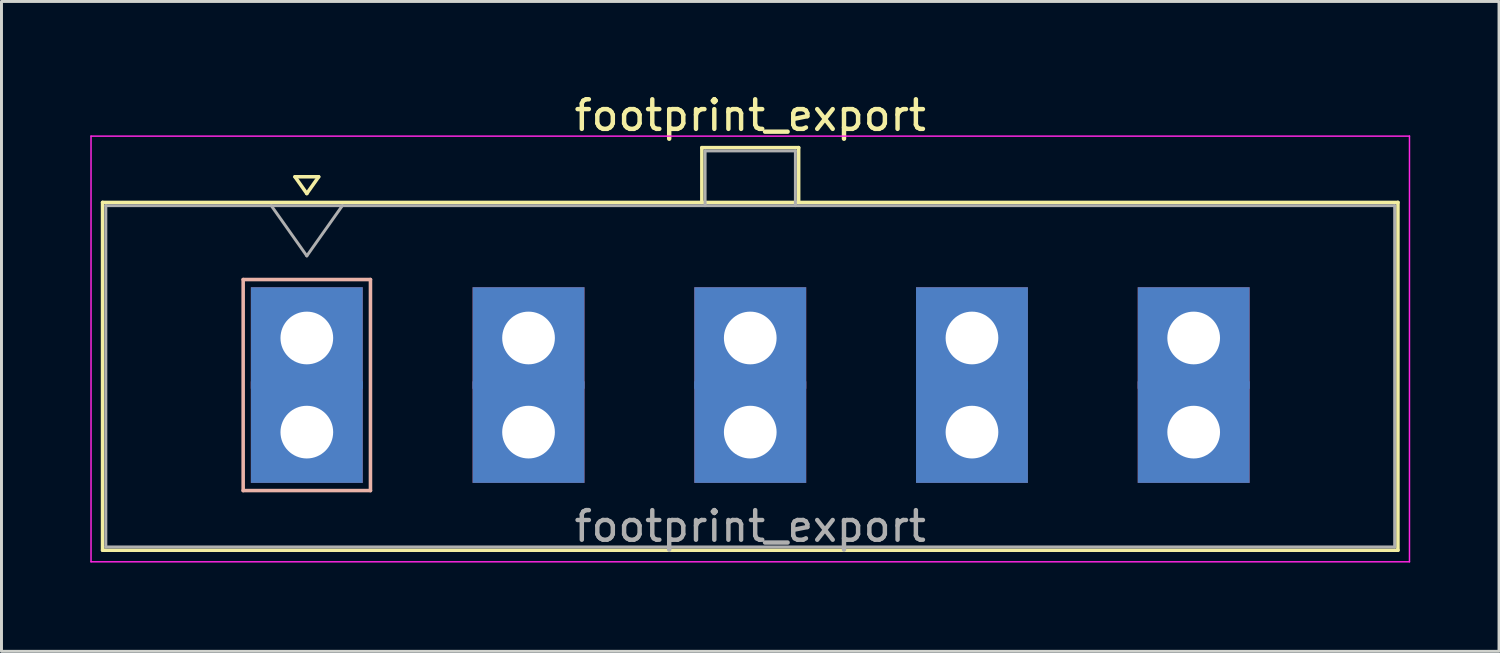
<source format=kicad_pcb>
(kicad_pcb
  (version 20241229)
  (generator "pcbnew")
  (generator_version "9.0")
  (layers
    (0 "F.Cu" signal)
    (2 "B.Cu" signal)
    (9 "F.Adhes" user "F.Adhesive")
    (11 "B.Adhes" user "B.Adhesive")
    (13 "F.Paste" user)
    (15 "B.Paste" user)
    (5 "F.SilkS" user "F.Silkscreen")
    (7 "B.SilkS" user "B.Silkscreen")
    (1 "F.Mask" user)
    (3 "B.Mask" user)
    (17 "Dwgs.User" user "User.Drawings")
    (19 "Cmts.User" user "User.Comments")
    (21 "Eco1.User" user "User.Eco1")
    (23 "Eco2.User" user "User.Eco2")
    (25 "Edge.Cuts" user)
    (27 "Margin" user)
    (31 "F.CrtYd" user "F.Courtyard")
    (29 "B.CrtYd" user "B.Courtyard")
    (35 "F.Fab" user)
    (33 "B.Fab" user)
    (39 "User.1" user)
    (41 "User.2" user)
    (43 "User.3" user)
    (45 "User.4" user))
  (footprint "footprint_export"
    (layer "F.Cu")
    (at 7.315 11.548)
    (property "Reference" "footprint_export" (at 14.98 -10.7 0) (layer "F.SilkS") (effects (font (size 1 1) (thickness 0.15))))
    (attr through_hole)
    (fp_line (start -6.9 -7.76) (end -6.9 3.99) (stroke (width 0.12) (type solid)) (layer "F.SilkS"))
    (fp_line (start -6.9 3.99) (end 36.86 3.99) (stroke (width 0.12) (type solid)) (layer "F.SilkS"))
    (fp_line (start -0.4 -8.626) (end 0 -8.06) (stroke (width 0.12) (type solid)) (layer "F.SilkS"))
    (fp_line (start 0 -8.06) (end 0.4 -8.626) (stroke (width 0.12) (type solid)) (layer "F.SilkS"))
    (fp_line (start 0.4 -8.626) (end -0.4 -8.626) (stroke (width 0.12) (type solid)) (layer "F.SilkS"))
    (fp_line (start 13.345 -9.61) (end 16.615 -9.61) (stroke (width 0.12) (type solid)) (layer "F.SilkS"))
    (fp_line (start 13.345 -7.76) (end 13.345 -9.61) (stroke (width 0.12) (type solid)) (layer "F.SilkS"))
    (fp_line (start 16.615 -9.61) (end 16.615 -7.76) (stroke (width 0.12) (type solid)) (layer "F.SilkS"))
    (fp_line (start 36.86 -7.76) (end -6.9 -7.76) (stroke (width 0.12) (type solid)) (layer "F.SilkS"))
    (fp_line (start 36.86 3.99) (end 36.86 -7.76) (stroke (width 0.12) (type solid)) (layer "F.SilkS"))
    (fp_line (start -2.15 -5.155) (end -2.15 1.975) (stroke (width 0.12) (type solid)) (layer "B.SilkS"))
    (fp_line (start -2.15 1.975) (end 2.15 1.975) (stroke (width 0.12) (type solid)) (layer "B.SilkS"))
    (fp_line (start 2.15 -5.155) (end -2.15 -5.155) (stroke (width 0.12) (type solid)) (layer "B.SilkS"))
    (fp_line (start 2.15 1.975) (end 2.15 -5.155) (stroke (width 0.12) (type solid)) (layer "B.SilkS"))
    (fp_line (start -7.29 -10) (end -7.29 4.38) (stroke (width 0.05) (type solid)) (layer "F.CrtYd"))
    (fp_line (start -7.29 4.38) (end 37.25 4.38) (stroke (width 0.05) (type solid)) (layer "F.CrtYd"))
    (fp_line (start 37.25 -10) (end -7.29 -10) (stroke (width 0.05) (type solid)) (layer "F.CrtYd"))
    (fp_line (start 37.25 4.38) (end 37.25 -10) (stroke (width 0.05) (type solid)) (layer "F.CrtYd"))
    (fp_line (start -6.79 -7.65) (end -6.79 3.88) (stroke (width 0.1) (type solid)) (layer "F.Fab"))
    (fp_line (start -6.79 3.88) (end 36.75 3.88) (stroke (width 0.1) (type solid)) (layer "F.Fab"))
    (fp_line (start -1.2 -7.65) (end 0 -5.953) (stroke (width 0.1) (type solid)) (layer "F.Fab"))
    (fp_line (start 0 -5.953) (end 1.2 -7.65) (stroke (width 0.1) (type solid)) (layer "F.Fab"))
    (fp_line (start 13.455 -9.5) (end 16.505 -9.5) (stroke (width 0.1) (type solid)) (layer "F.Fab"))
    (fp_line (start 13.455 -7.65) (end 13.455 -9.5) (stroke (width 0.1) (type solid)) (layer "F.Fab"))
    (fp_line (start 16.505 -9.5) (end 16.505 -7.65) (stroke (width 0.1) (type solid)) (layer "F.Fab"))
    (fp_line (start 36.75 -7.65) (end -6.79 -7.65) (stroke (width 0.1) (type solid)) (layer "F.Fab"))
    (fp_line (start 36.75 3.88) (end 36.75 -7.65) (stroke (width 0.1) (type solid)) (layer "F.Fab"))
    (fp_text user "${REFERENCE}" (at 14.98 3.18 0) (layer "F.Fab") (effects (font (size 1 1) (thickness 0.15))))
    (pad "1" thru_hole rect (at 0 -3.18) (size 3.78 3.43) (drill 1.78) (layers "*.Cu" "*.Mask"))
    (pad "1" thru_hole rect (at 0 0) (size 3.78 3.43) (drill 1.78) (layers "*.Cu" "*.Mask"))
    (pad "2" thru_hole rect (at 7.49 -3.18) (size 3.78 3.43) (drill 1.78) (layers "*.Cu" "*.Mask"))
    (pad "2" thru_hole rect (at 7.49 0) (size 3.78 3.43) (drill 1.78) (layers "*.Cu" "*.Mask"))
    (pad "3" thru_hole rect (at 14.98 -3.18) (size 3.78 3.43) (drill 1.78) (layers "*.Cu" "*.Mask"))
    (pad "3" thru_hole rect (at 14.98 0) (size 3.78 3.43) (drill 1.78) (layers "*.Cu" "*.Mask"))
    (pad "4" thru_hole rect (at 22.47 -3.18) (size 3.78 3.43) (drill 1.78) (layers "*.Cu" "*.Mask"))
    (pad "4" thru_hole rect (at 22.47 0) (size 3.78 3.43) (drill 1.78) (layers "*.Cu" "*.Mask"))
    (pad "5" thru_hole rect (at 29.96 -3.18) (size 3.78 3.43) (drill 1.78) (layers "*.Cu" "*.Mask"))
    (pad "5" thru_hole rect (at 29.96 0) (size 3.78 3.43) (drill 1.78) (layers "*.Cu" "*.Mask")))
  (gr_rect
    (start -3 -3)
    (end 47.59 18.953)
    (stroke (width 0.1) (type default))
    (fill no)
    (layer "Edge.Cuts")))
</source>
